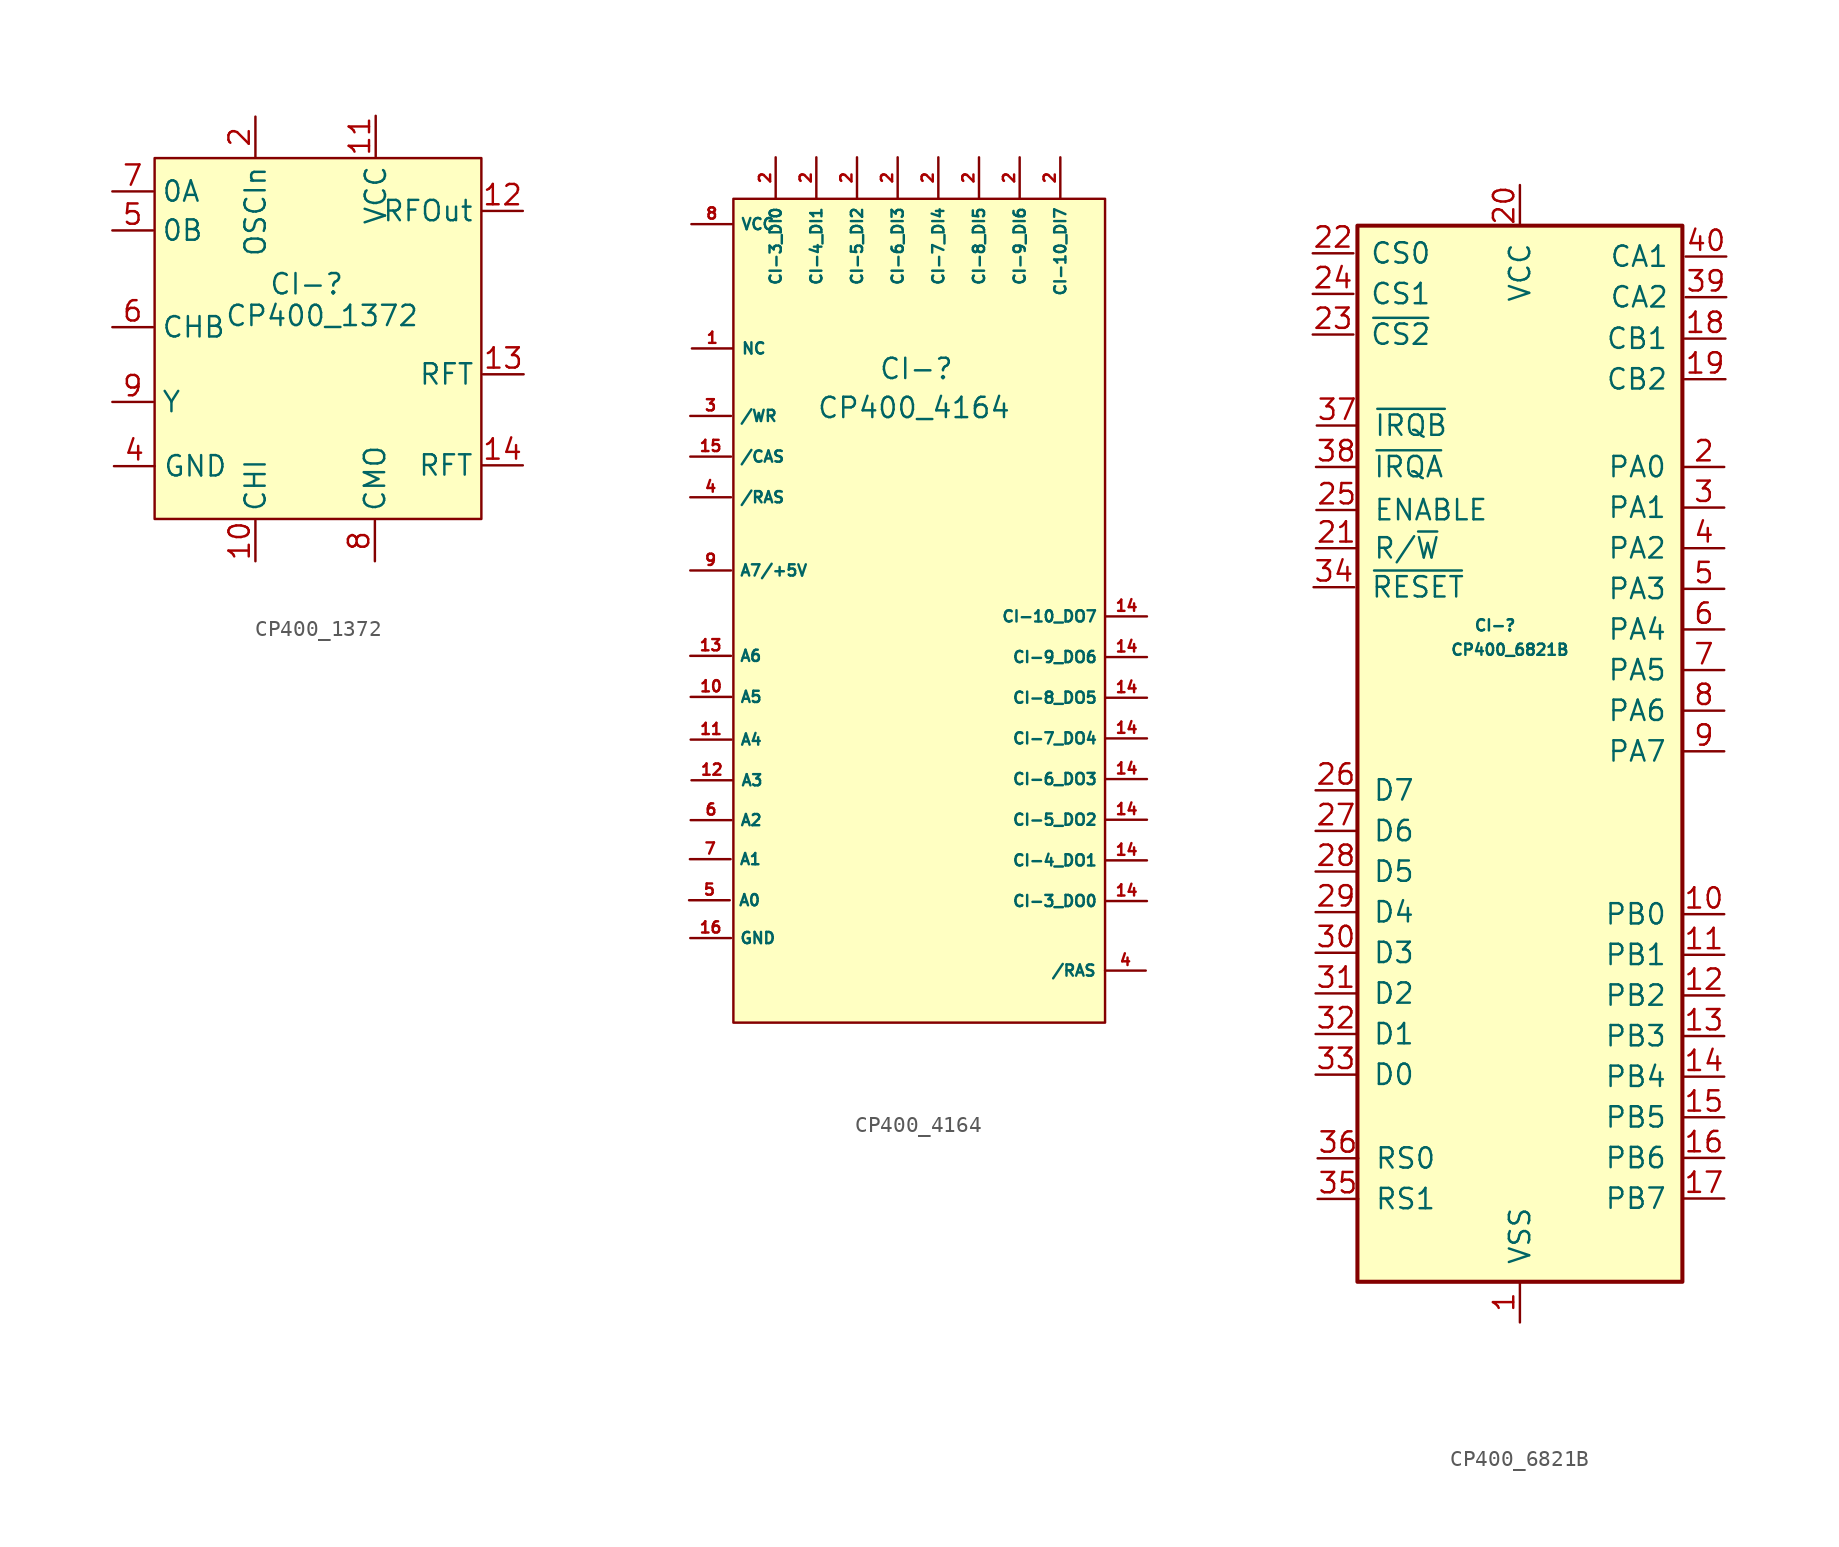
<source format=kicad_sym>
(kicad_symbol_lib
  (version 20211014)
  (generator kicad_symbol_editor)
  (symbol "CP400_1372"
    (property "Reference" "CI-"
      (at -0.762 2.184 0)
      (effects (font (size 1.27 1.27))))
    (property "Value" "CP400_1372"
      (at 0.203 0.203 0)
      (effects (font (size 1.27 1.27))))
    (symbol "CP400_1372_0_1"
      (rectangle (start -10.262 10.058) (end 10.16 -12.497) (stroke (width 0) (type default) (color 0 0 0 0)) (fill (type background))))
    (symbol "CP400_1372_1_1"
      (pin input line (at -3.962 -15.138 90) (length 2.54) (name "CHI" (effects (font (size 1.27 1.27)))) (number "10" (effects (font (size 1.27 1.27)))))
      (pin power_in line (at 3.556 12.7 270) (length 2.54) (name "VCC" (effects (font (size 1.27 1.27)))) (number "11" (effects (font (size 1.27 1.27)))))
      (pin output line (at 12.751 6.756 180) (length 2.54) (name "RFOut" (effects (font (size 1.27 1.27)))) (number "12" (effects (font (size 1.27 1.27)))))
      (pin input line (at 12.802 -3.454 180) (length 2.54) (name "RFT" (effects (font (size 1.27 1.27)))) (number "13" (effects (font (size 1.27 1.27)))))
      (pin input line (at 12.751 -9.144 180) (length 2.54) (name "RFT" (effects (font (size 1.27 1.27)))) (number "14" (effects (font (size 1.27 1.27)))))
      (pin input line (at -3.962 12.649 270) (length 2.54) (name "OSCIn" (effects (font (size 1.27 1.27)))) (number "2" (effects (font (size 1.27 1.27)))))
      (pin power_in line (at -12.802 -9.195 0) (length 2.54) (name "GND" (effects (font (size 1.27 1.27)))) (number "4" (effects (font (size 1.27 1.27)))))
      (pin input line (at -12.903 5.537 0) (length 2.54) (name "0B" (effects (font (size 1.27 1.27)))) (number "5" (effects (font (size 1.27 1.27)))))
      (pin input line (at -12.903 -0.508 0) (length 2.54) (name "CHB" (effects (font (size 1.27 1.27)))) (number "6" (effects (font (size 1.27 1.27)))))
      (pin input line (at -12.903 7.976 0) (length 2.54) (name "0A" (effects (font (size 1.27 1.27)))) (number "7" (effects (font (size 1.27 1.27)))))
      (pin input line (at 3.505 -15.138 90) (length 2.54) (name "CMO" (effects (font (size 1.27 1.27)))) (number "8" (effects (font (size 1.27 1.27)))))
      (pin input line (at -12.903 -5.182 0) (length 2.54) (name "Y" (effects (font (size 1.27 1.27)))) (number "9" (effects (font (size 1.27 1.27)))))))
  (symbol "CP400_4164"
    (property "Reference" "CI-"
      (at 0.152 2.438 0)
      (effects (font (size 1.27 1.27))))
    (property "Value" "CP400_4164"
      (at 0 0 0)
      (effects (font (size 1.27 1.27))))
    (symbol "CP400_4164_0_1"
      (rectangle (start -11.278 13.056) (end 11.938 -38.405) (stroke (width 0) (type default) (color 0 0 0 0)) (fill (type background)))
      (pin input line (at -13.868 3.708 0) (length 2.54) (name "NC" (effects (font (size 0.7 0.7)))) (number "1" (effects (font (size 0.7 0.7)))))
      (pin input line (at -13.945 -18.059 0) (length 2.54) (name "A5" (effects (font (size 0.7 0.7)))) (number "10" (effects (font (size 0.7 0.7)))))
      (pin input line (at -13.945 -20.726 0) (length 2.54) (name "A4" (effects (font (size 0.7 0.7)))) (number "11" (effects (font (size 0.7 0.7)))))
      (pin input line (at -13.894 -23.266 0) (length 2.54) (name "A3" (effects (font (size 0.7 0.7)))) (number "12" (effects (font (size 0.7 0.7)))))
      (pin input line (at -13.97 -15.494 0) (length 2.54) (name "A6" (effects (font (size 0.7 0.7)))) (number "13" (effects (font (size 0.7 0.7)))))
      (pin output line (at 14.554 -13.03 180) (length 2.54) (name "CI-10_DO7" (effects (font (size 0.7 0.7)))) (number "14" (effects (font (size 0.7 0.7)))))
      (pin output line (at 14.554 -30.81 180) (length 2.54) (name "CI-3_DO0" (effects (font (size 0.7 0.7)))) (number "14" (effects (font (size 0.7 0.7)))))
      (pin output line (at 14.554 -28.27 180) (length 2.54) (name "CI-4_DO1" (effects (font (size 0.7 0.7)))) (number "14" (effects (font (size 0.7 0.7)))))
      (pin output line (at 14.554 -25.73 180) (length 2.54) (name "CI-5_DO2" (effects (font (size 0.7 0.7)))) (number "14" (effects (font (size 0.7 0.7)))))
      (pin output line (at 14.554 -23.19 180) (length 2.54) (name "CI-6_DO3" (effects (font (size 0.7 0.7)))) (number "14" (effects (font (size 0.7 0.7)))))
      (pin output line (at 14.554 -20.65 180) (length 2.54) (name "CI-7_DO4" (effects (font (size 0.7 0.7)))) (number "14" (effects (font (size 0.7 0.7)))))
      (pin output line (at 14.554 -18.11 180) (length 2.54) (name "CI-8_DO5" (effects (font (size 0.7 0.7)))) (number "14" (effects (font (size 0.7 0.7)))))
      (pin output line (at 14.554 -15.57 180) (length 2.54) (name "CI-9_DO6" (effects (font (size 0.7 0.7)))) (number "14" (effects (font (size 0.7 0.7)))))
      (pin input line (at -13.97 -3.048 0) (length 2.54) (name "/CAS" (effects (font (size 0.7 0.7)))) (number "15" (effects (font (size 0.7 0.7)))))
      (pin power_in line (at -13.97 -33.122 0) (length 2.54) (name "GND" (effects (font (size 0.7 0.7)))) (number "16" (effects (font (size 0.7 0.7)))))
      (pin input line (at 9.144 15.646 270) (length 2.54) (name "CI-10_DI7" (effects (font (size 0.7 0.7)))) (number "2" (effects (font (size 0.7 0.7)))))
      (pin input line (at -8.636 15.646 270) (length 2.54) (name "CI-3_DI0" (effects (font (size 0.7 0.7)))) (number "2" (effects (font (size 0.7 0.7)))))
      (pin input line (at -6.096 15.646 270) (length 2.54) (name "CI-4_DI1" (effects (font (size 0.7 0.7)))) (number "2" (effects (font (size 0.7 0.7)))))
      (pin input line (at -3.556 15.646 270) (length 2.54) (name "CI-5_DI2" (effects (font (size 0.7 0.7)))) (number "2" (effects (font (size 0.7 0.7)))))
      (pin input line (at -1.016 15.646 270) (length 2.54) (name "CI-6_DI3" (effects (font (size 0.7 0.7)))) (number "2" (effects (font (size 0.7 0.7)))))
      (pin input line (at 1.524 15.646 270) (length 2.54) (name "CI-7_DI4" (effects (font (size 0.7 0.7)))) (number "2" (effects (font (size 0.7 0.7)))))
      (pin input line (at 4.064 15.646 270) (length 2.54) (name "CI-8_DI5" (effects (font (size 0.7 0.7)))) (number "2" (effects (font (size 0.7 0.7)))))
      (pin input line (at 6.604 15.646 270) (length 2.54) (name "CI-9_DI6" (effects (font (size 0.7 0.7)))) (number "2" (effects (font (size 0.7 0.7)))))
      (pin input line (at -13.97 -0.508 0) (length 2.54) (name "/WR" (effects (font (size 0.7 0.7)))) (number "3" (effects (font (size 0.7 0.7)))))
      (pin input line (at -13.97 -5.588 0) (length 2.54) (name "/RAS" (effects (font (size 0.7 0.7)))) (number "4" (effects (font (size 0.7 0.7)))))
      (pin input line (at 14.478 -35.154 180) (length 2.54) (name "/RAS" (effects (font (size 0.7 0.7)))) (number "4" (effects (font (size 0.7 0.7)))))
      (pin input line (at -14.046 -30.759 0) (length 2.54) (name "A0" (effects (font (size 0.7 0.7)))) (number "5" (effects (font (size 0.7 0.7)))))
      (pin input line (at -13.945 -25.756 0) (length 2.54) (name "A2" (effects (font (size 0.7 0.7)))) (number "6" (effects (font (size 0.7 0.7)))))
      (pin input line (at -13.995 -28.194 0) (length 2.54) (name "A1" (effects (font (size 0.7 0.7)))) (number "7" (effects (font (size 0.7 0.7)))))
      (pin input line (at -13.899 11.473 0) (length 2.54) (name "VCC" (effects (font (size 0.7 0.7)))) (number "8" (effects (font (size 0.7 0.7)))))
      (pin input line (at -13.97 -10.16 0) (length 2.54) (name "A7/+5V" (effects (font (size 0.7 0.7)))) (number "9" (effects (font (size 0.7 0.7)))))))
  (symbol "CP400_6821B"
    (pin_names
      (offset 1.016))
    (property "Reference" "CI-"
      (at -0.203 8.026 0)
      (effects (font (size 0.7 0.7)) (justify right)))
    (property "Value" "CP400_6821B"
      (at 3.124 6.502 0)
      (effects (font (size 0.7 0.7)) (justify right)))
    (symbol "CP400_6821B_0_1"
      (rectangle (start -10.16 -33.02) (end 10.16 33.02) (stroke (width 0.254) (type default) (color 0 0 0 0)) (fill (type background))))
    (symbol "CP400_6821B_1_1"
      (pin power_in line (at 0 -35.56 90) (length 2.54) (name "VSS" (effects (font (size 1.27 1.27)))) (number "1" (effects (font (size 1.27 1.27)))))
      (pin bidirectional line (at 12.776 -10.033 180) (length 2.54) (name "PB0" (effects (font (size 1.27 1.27)))) (number "10" (effects (font (size 1.27 1.27)))))
      (pin bidirectional line (at 12.776 -12.573 180) (length 2.54) (name "PB1" (effects (font (size 1.27 1.27)))) (number "11" (effects (font (size 1.27 1.27)))))
      (pin bidirectional line (at 12.776 -15.113 180) (length 2.54) (name "PB2" (effects (font (size 1.27 1.27)))) (number "12" (effects (font (size 1.27 1.27)))))
      (pin bidirectional line (at 12.776 -17.653 180) (length 2.54) (name "PB3" (effects (font (size 1.27 1.27)))) (number "13" (effects (font (size 1.27 1.27)))))
      (pin bidirectional line (at 12.776 -20.193 180) (length 2.54) (name "PB4" (effects (font (size 1.27 1.27)))) (number "14" (effects (font (size 1.27 1.27)))))
      (pin bidirectional line (at 12.776 -22.733 180) (length 2.54) (name "PB5" (effects (font (size 1.27 1.27)))) (number "15" (effects (font (size 1.27 1.27)))))
      (pin bidirectional line (at 12.776 -25.273 180) (length 2.54) (name "PB6" (effects (font (size 1.27 1.27)))) (number "16" (effects (font (size 1.27 1.27)))))
      (pin bidirectional line (at 12.776 -27.813 180) (length 2.54) (name "PB7" (effects (font (size 1.27 1.27)))) (number "17" (effects (font (size 1.27 1.27)))))
      (pin input line (at 12.852 25.959 180) (length 2.54) (name "CB1" (effects (font (size 1.27 1.27)))) (number "18" (effects (font (size 1.27 1.27)))))
      (pin bidirectional line (at 12.852 23.419 180) (length 2.54) (name "CB2" (effects (font (size 1.27 1.27)))) (number "19" (effects (font (size 1.27 1.27)))))
      (pin bidirectional line (at 12.776 17.932 180) (length 2.54) (name "PA0" (effects (font (size 1.27 1.27)))) (number "2" (effects (font (size 1.27 1.27)))))
      (pin power_in line (at 0 35.56 270) (length 2.54) (name "VCC" (effects (font (size 1.27 1.27)))) (number "20" (effects (font (size 1.27 1.27)))))
      (pin input line (at -12.751 12.852 0) (length 2.54) (name "R/~{W}" (effects (font (size 1.27 1.27)))) (number "21" (effects (font (size 1.27 1.27)))))
      (pin input line (at -12.954 31.293 0) (length 2.54) (name "CS0" (effects (font (size 1.27 1.27)))) (number "22" (effects (font (size 1.27 1.27)))))
      (pin input line (at -12.954 26.213 0) (length 2.54) (name "~{CS2}" (effects (font (size 1.27 1.27)))) (number "23" (effects (font (size 1.27 1.27)))))
      (pin input line (at -12.954 28.753 0) (length 2.54) (name "CS1" (effects (font (size 1.27 1.27)))) (number "24" (effects (font (size 1.27 1.27)))))
      (pin input line (at -12.725 15.24 0) (length 2.54) (name "ENABLE" (effects (font (size 1.27 1.27)))) (number "25" (effects (font (size 1.27 1.27)))))
      (pin bidirectional line (at -12.776 -2.286 0) (length 2.54) (name "D7" (effects (font (size 1.27 1.27)))) (number "26" (effects (font (size 1.27 1.27)))))
      (pin bidirectional line (at -12.776 -4.826 0) (length 2.54) (name "D6" (effects (font (size 1.27 1.27)))) (number "27" (effects (font (size 1.27 1.27)))))
      (pin bidirectional line (at -12.776 -7.366 0) (length 2.54) (name "D5" (effects (font (size 1.27 1.27)))) (number "28" (effects (font (size 1.27 1.27)))))
      (pin bidirectional line (at -12.776 -9.906 0) (length 2.54) (name "D4" (effects (font (size 1.27 1.27)))) (number "29" (effects (font (size 1.27 1.27)))))
      (pin bidirectional line (at 12.776 15.392 180) (length 2.54) (name "PA1" (effects (font (size 1.27 1.27)))) (number "3" (effects (font (size 1.27 1.27)))))
      (pin bidirectional line (at -12.776 -12.446 0) (length 2.54) (name "D3" (effects (font (size 1.27 1.27)))) (number "30" (effects (font (size 1.27 1.27)))))
      (pin bidirectional line (at -12.776 -14.986 0) (length 2.54) (name "D2" (effects (font (size 1.27 1.27)))) (number "31" (effects (font (size 1.27 1.27)))))
      (pin bidirectional line (at -12.776 -17.526 0) (length 2.54) (name "D1" (effects (font (size 1.27 1.27)))) (number "32" (effects (font (size 1.27 1.27)))))
      (pin bidirectional line (at -12.776 -20.066 0) (length 2.54) (name "D0" (effects (font (size 1.27 1.27)))) (number "33" (effects (font (size 1.27 1.27)))))
      (pin input line (at -12.903 10.414 0) (length 2.54) (name "~{RESET}" (effects (font (size 1.27 1.27)))) (number "34" (effects (font (size 1.27 1.27)))))
      (pin input line (at -12.649 -27.838 0) (length 2.54) (name "RS1" (effects (font (size 1.27 1.27)))) (number "35" (effects (font (size 1.27 1.27)))))
      (pin input line (at -12.649 -25.298 0) (length 2.54) (name "RS0" (effects (font (size 1.27 1.27)))) (number "36" (effects (font (size 1.27 1.27)))))
      (pin open_collector line (at -12.7 20.523 0) (length 2.54) (name "~{IRQB}" (effects (font (size 1.27 1.27)))) (number "37" (effects (font (size 1.27 1.27)))))
      (pin open_collector line (at -12.751 17.932 0) (length 2.54) (name "~{IRQA}" (effects (font (size 1.27 1.27)))) (number "38" (effects (font (size 1.27 1.27)))))
      (pin bidirectional line (at 12.903 28.55 180) (length 2.54) (name "CA2" (effects (font (size 1.27 1.27)))) (number "39" (effects (font (size 1.27 1.27)))))
      (pin bidirectional line (at 12.776 12.852 180) (length 2.54) (name "PA2" (effects (font (size 1.27 1.27)))) (number "4" (effects (font (size 1.27 1.27)))))
      (pin input line (at 12.903 31.09 180) (length 2.54) (name "CA1" (effects (font (size 1.27 1.27)))) (number "40" (effects (font (size 1.27 1.27)))))
      (pin bidirectional line (at 12.776 10.312 180) (length 2.54) (name "PA3" (effects (font (size 1.27 1.27)))) (number "5" (effects (font (size 1.27 1.27)))))
      (pin bidirectional line (at 12.776 7.772 180) (length 2.54) (name "PA4" (effects (font (size 1.27 1.27)))) (number "6" (effects (font (size 1.27 1.27)))))
      (pin bidirectional line (at 12.776 5.232 180) (length 2.54) (name "PA5" (effects (font (size 1.27 1.27)))) (number "7" (effects (font (size 1.27 1.27)))))
      (pin bidirectional line (at 12.776 2.692 180) (length 2.54) (name "PA6" (effects (font (size 1.27 1.27)))) (number "8" (effects (font (size 1.27 1.27)))))
      (pin bidirectional line (at 12.776 0.152 180) (length 2.54) (name "PA7" (effects (font (size 1.27 1.27)))) (number "9" (effects (font (size 1.27 1.27))))))))
</source>
